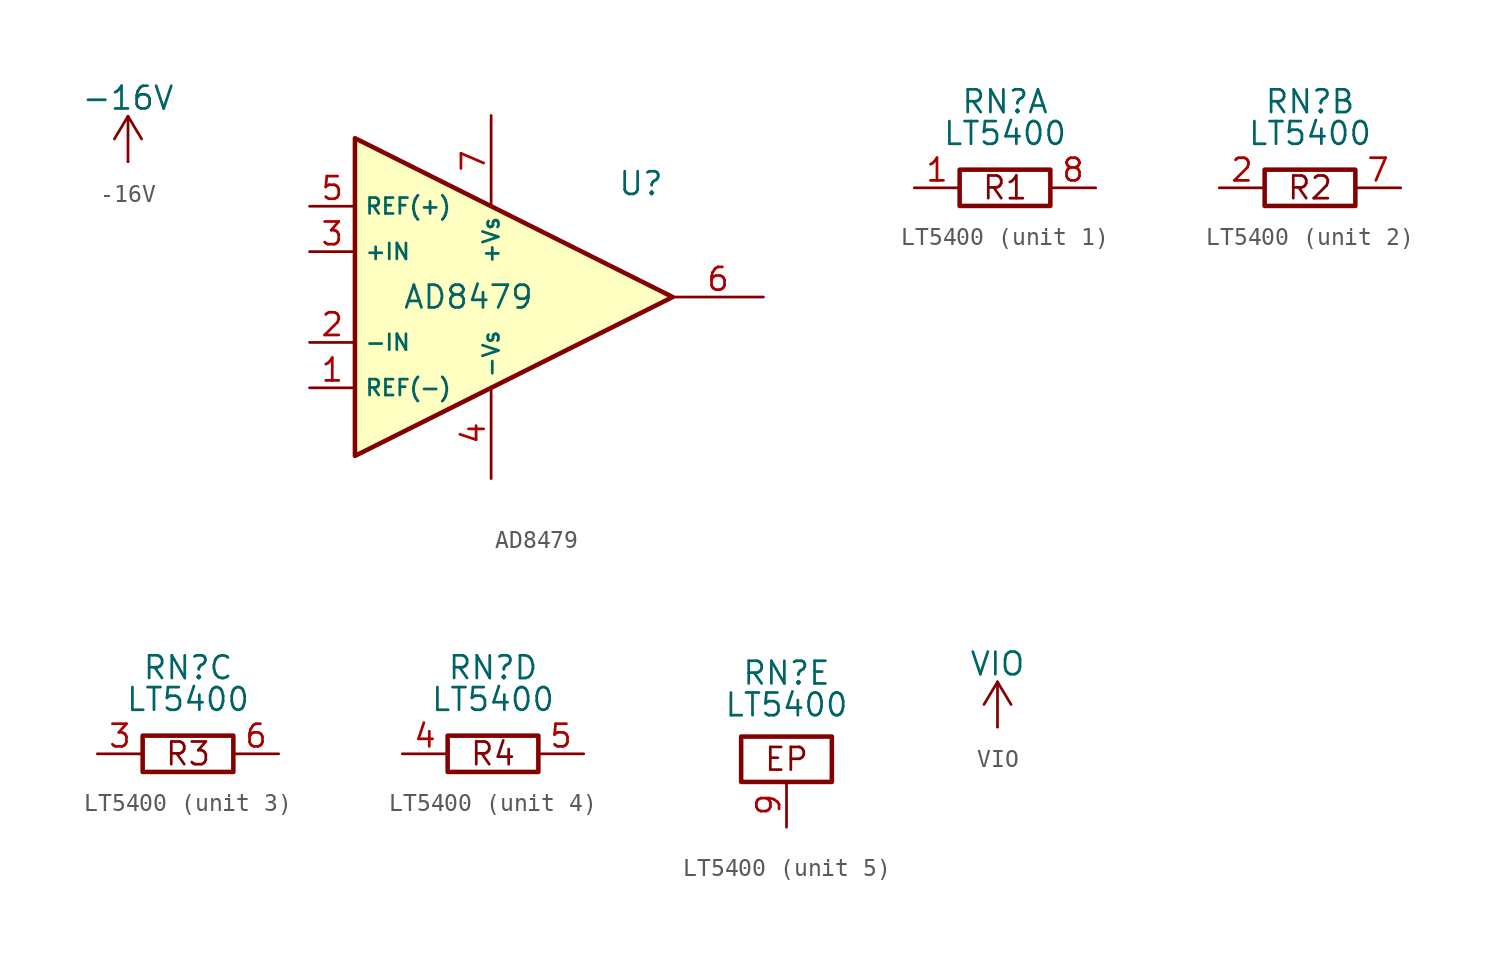
<source format=kicad_sym>
(kicad_symbol_lib
  (version 20231120)
  (generator "kicad_symbol_editor")
  (generator_version "8.0")
  (symbol "-16V"
    (power)
    (pin_numbers hide)
    (pin_names
      (offset 0) hide)
    (property "Reference" "#PWR"
      (at 0 -3.81 0)
      (effects (font (size 1.27 1.27)) (hide yes)))
    (property "Value" "-16V"
      (at 0 3.556 0)
      (effects (font (size 1.27 1.27))))
    (symbol "-16V_0_1"
      (polyline (pts (xy -0.762 1.27) (xy 0 2.54)) (stroke (width 0) (type default)) (fill (type none)))
      (polyline (pts (xy 0 0) (xy 0 2.54)) (stroke (width 0) (type default)) (fill (type none)))
      (polyline (pts (xy 0 2.54) (xy 0.762 1.27)) (stroke (width 0) (type default)) (fill (type none))))
    (symbol "-16V_1_1"
      (pin power_in line (at 0 0 90) (length 0) (name "~" (effects (font (size 1.27 1.27)))) (number "1" (effects (font (size 1.27 1.27)))))))
  (symbol "AD8479"
    (property "Reference" "U"
      (at 9.652 6.35 0)
      (effects (font (size 1.27 1.27))))
    (property "Value" "AD8479"
      (at 0 0 0)
      (effects (font (size 1.27 1.27))))
    (symbol "AD8479_0_1"
      (polyline (pts (xy -6.35 8.89) (xy -6.35 -8.89) (xy 11.43 0) (xy -6.35 8.89)) (stroke (width 0.254) (type default)) (fill (type background))))
    (symbol "AD8479_1_1"
      (pin input line (at -8.89 -5.08 0) (length 2.54) (name "REF(-)" (effects (font (size 0.889 0.889)))) (number "1" (effects (font (size 1.27 1.27)))))
      (pin input line (at -8.89 -2.54 0) (length 2.54) (name "-IN" (effects (font (size 0.889 0.889)))) (number "2" (effects (font (size 1.27 1.27)))))
      (pin input line (at -8.89 2.54 0) (length 2.54) (name "+IN" (effects (font (size 0.889 0.889)))) (number "3" (effects (font (size 1.27 1.27)))))
      (pin power_in line (at 1.27 -10.16 90) (length 5.08) (name "-Vs" (effects (font (size 0.889 0.889)))) (number "4" (effects (font (size 1.27 1.27)))))
      (pin input line (at -8.89 5.08 0) (length 2.54) (name "REF(+)" (effects (font (size 0.889 0.889)))) (number "5" (effects (font (size 1.27 1.27)))))
      (pin output line (at 16.51 0 180) (length 5.08) (name "" (effects (font (size 1.27 1.27)))) (number "6" (effects (font (size 1.27 1.27)))))
      (pin power_in line (at 1.27 10.16 270) (length 5.08) (name "+Vs" (effects (font (size 0.889 0.889)))) (number "7" (effects (font (size 1.27 1.27)))))
      (pin no_connect line (at -6.35 0 0) (length 2.54) hide (name "" (effects (font (size 0.889 0.889)))) (number "8" (effects (font (size 1.27 1.27)))))))
  (symbol "LT5400"
    (property "Reference" "RN"
      (at 0 4.826 0)
      (effects (font (size 1.27 1.27))))
    (property "Value" "LT5400"
      (at 0 3.048 0)
      (effects (font (size 1.27 1.27))))
    (symbol "LT5400_1_0"
      (pin passive line (at -5.08 0 0) (length 2.54) (name "" (effects (font (size 1.27 1.27)))) (number "1" (effects (font (size 1.27 1.27)))))
      (pin passive line (at 5.08 0 180) (length 2.54) (name "" (effects (font (size 1.27 1.27)))) (number "8" (effects (font (size 1.27 1.27))))))
    (symbol "LT5400_1_1"
      (rectangle (start -2.54 1.016) (end 2.54 -1.016) (stroke (width 0.254) (type default)) (fill (type none)))
      (text "R1" (at 0 0 0) (effects (font (size 1.27 1.27)))))
    (symbol "LT5400_2_0"
      (pin passive line (at -5.08 0 0) (length 2.54) (name "" (effects (font (size 1.27 1.27)))) (number "2" (effects (font (size 1.27 1.27)))))
      (pin passive line (at 5.08 0 180) (length 2.54) (name "" (effects (font (size 1.27 1.27)))) (number "7" (effects (font (size 1.27 1.27))))))
    (symbol "LT5400_2_1"
      (rectangle (start -2.54 1.016) (end 2.54 -1.016) (stroke (width 0.254) (type default)) (fill (type none)))
      (text "R2" (at 0 0 0) (effects (font (size 1.27 1.27)))))
    (symbol "LT5400_3_0"
      (pin passive line (at -5.08 0 0) (length 2.54) (name "" (effects (font (size 1.27 1.27)))) (number "3" (effects (font (size 1.27 1.27)))))
      (pin passive line (at 5.08 0 180) (length 2.54) (name "" (effects (font (size 1.27 1.27)))) (number "6" (effects (font (size 1.27 1.27))))))
    (symbol "LT5400_3_1"
      (rectangle (start -2.54 1.016) (end 2.54 -1.016) (stroke (width 0.254) (type default)) (fill (type none)))
      (text "R3" (at 0 0 0) (effects (font (size 1.27 1.27)))))
    (symbol "LT5400_4_0"
      (pin passive line (at -5.08 0 0) (length 2.54) (name "" (effects (font (size 1.27 1.27)))) (number "4" (effects (font (size 1.27 1.27)))))
      (pin passive line (at 5.08 0 180) (length 2.54) (name "" (effects (font (size 1.27 1.27)))) (number "5" (effects (font (size 1.27 1.27))))))
    (symbol "LT5400_4_1"
      (rectangle (start -2.54 1.016) (end 2.54 -1.016) (stroke (width 0.254) (type default)) (fill (type none)))
      (text "R4" (at 0 0 0) (effects (font (size 1.27 1.27)))))
    (symbol "LT5400_5_0"
      (pin passive line (at 0 -3.81 90) (length 2.54) (name "" (effects (font (size 1.27 1.27)))) (number "9" (effects (font (size 1.27 1.27))))))
    (symbol "LT5400_5_1"
      (rectangle (start -2.54 1.27) (end 2.54 -1.27) (stroke (width 0.254) (type default)) (fill (type none)))
      (text "EP" (at 0 0 0) (effects (font (size 1.27 1.27))))))
  (symbol "VIO"
    (power)
    (pin_numbers hide)
    (pin_names
      (offset 0) hide)
    (property "Reference" "#PWR"
      (at 0 -3.81 0)
      (effects (font (size 1.27 1.27)) (hide yes)))
    (property "Value" "VIO"
      (at 0 3.556 0)
      (effects (font (size 1.27 1.27))))
    (symbol "VIO_0_1"
      (polyline (pts (xy -0.762 1.27) (xy 0 2.54)) (stroke (width 0) (type default)) (fill (type none)))
      (polyline (pts (xy 0 0) (xy 0 2.54)) (stroke (width 0) (type default)) (fill (type none)))
      (polyline (pts (xy 0 2.54) (xy 0.762 1.27)) (stroke (width 0) (type default)) (fill (type none))))
    (symbol "VIO_1_1"
      (pin power_in line (at 0 0 90) (length 0) (name "~" (effects (font (size 1.27 1.27)))) (number "1" (effects (font (size 1.27 1.27))))))))
</source>
